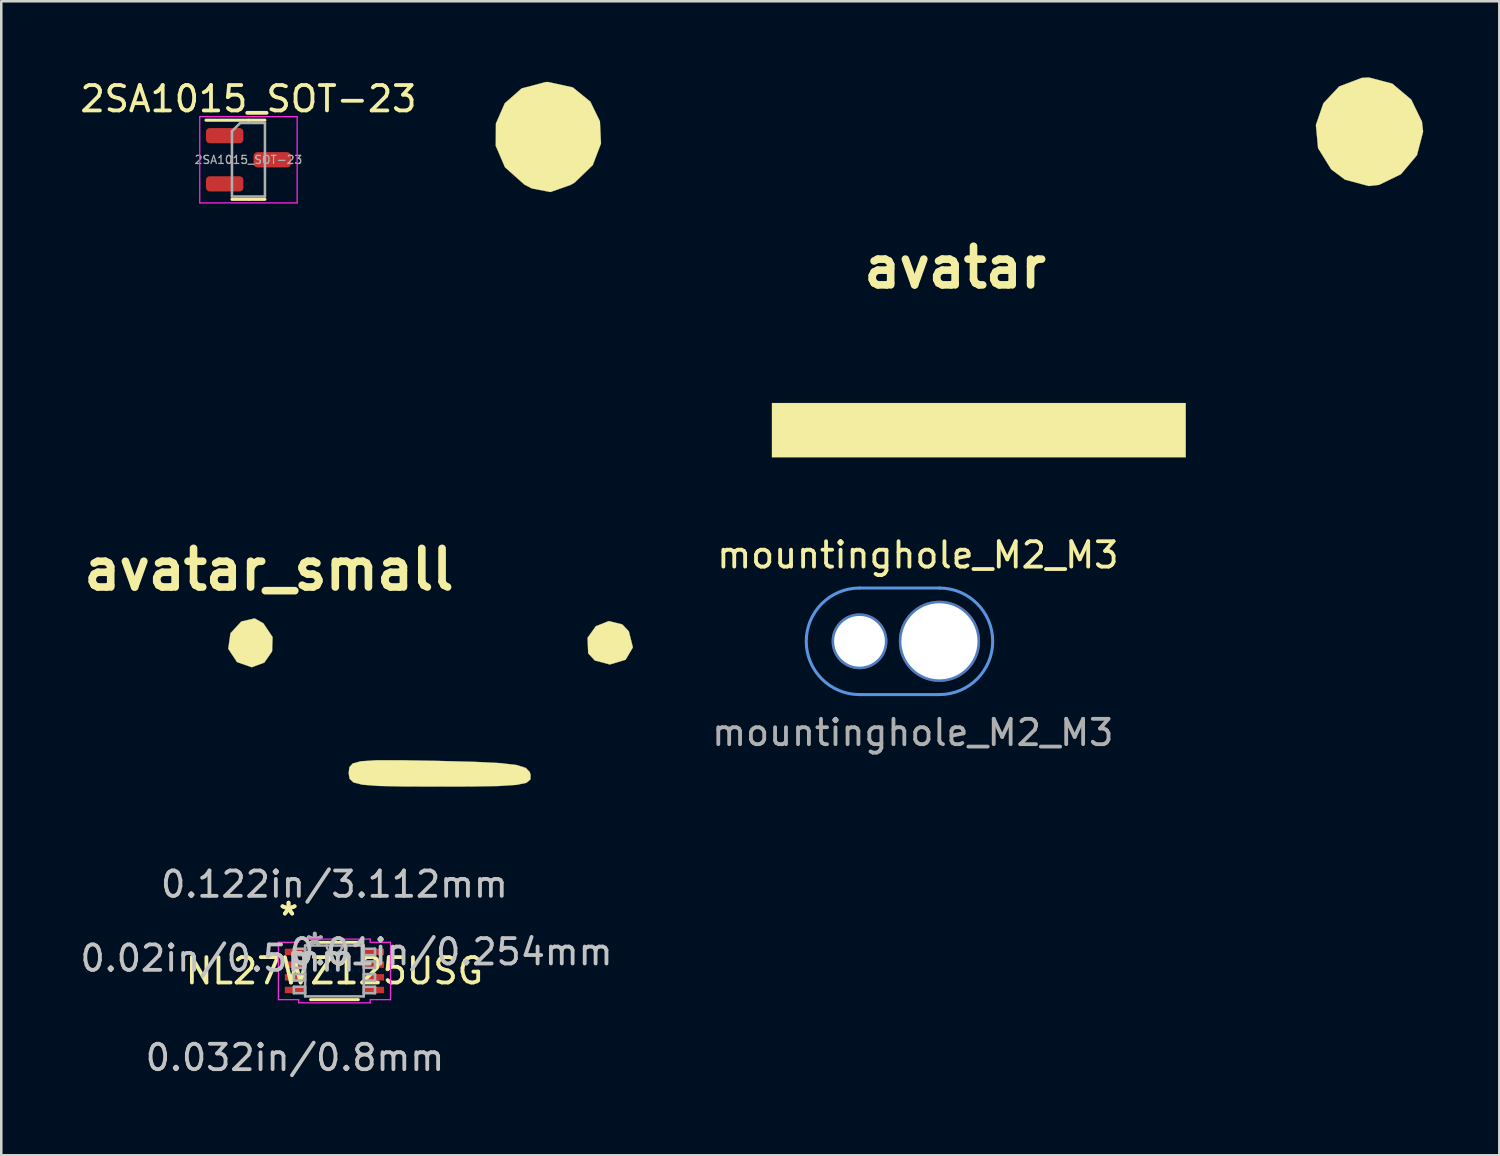
<source format=kicad_pcb>
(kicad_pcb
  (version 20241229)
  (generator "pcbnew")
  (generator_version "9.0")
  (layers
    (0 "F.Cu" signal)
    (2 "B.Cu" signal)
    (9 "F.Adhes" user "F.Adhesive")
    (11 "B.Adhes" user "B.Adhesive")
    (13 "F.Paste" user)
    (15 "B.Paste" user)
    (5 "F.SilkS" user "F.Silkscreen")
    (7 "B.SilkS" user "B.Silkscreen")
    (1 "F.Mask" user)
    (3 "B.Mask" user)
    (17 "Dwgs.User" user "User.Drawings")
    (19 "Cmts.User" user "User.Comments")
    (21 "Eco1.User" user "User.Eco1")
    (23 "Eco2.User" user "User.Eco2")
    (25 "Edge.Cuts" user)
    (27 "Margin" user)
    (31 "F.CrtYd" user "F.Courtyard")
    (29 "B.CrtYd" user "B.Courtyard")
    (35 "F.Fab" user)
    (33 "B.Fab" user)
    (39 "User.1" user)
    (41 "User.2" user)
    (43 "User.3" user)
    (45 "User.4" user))
  (footprint "NL27WZ125USG"
    (layer "F.Cu")
    (at 10.134 35.226)
    (property "Reference" "NL27WZ125USG" (at 0 0 0) (layer "F.SilkS") (effects (font (size 1 1) (thickness 0.15))))
    (attr through_hole)
    (fp_line (start -0.94 1.13) (end 0.94 1.13) (stroke (width 0.12) (type solid)) (layer "F.SilkS"))
    (fp_line (start 0.94 -1.13) (end -0.94 -1.13) (stroke (width 0.12) (type solid)) (layer "F.SilkS"))
    (fp_line (start -2.21 -1.131) (end -1.41 -1.131) (stroke (width 0.05) (type solid)) (layer "F.CrtYd"))
    (fp_line (start -2.21 1.131) (end -2.21 -1.131) (stroke (width 0.05) (type solid)) (layer "F.CrtYd"))
    (fp_line (start -1.41 -1.257) (end 1.41 -1.257) (stroke (width 0.05) (type solid)) (layer "F.CrtYd"))
    (fp_line (start -1.41 -1.131) (end -1.41 -1.257) (stroke (width 0.05) (type solid)) (layer "F.CrtYd"))
    (fp_line (start -1.41 1.131) (end -2.21 1.131) (stroke (width 0.05) (type solid)) (layer "F.CrtYd"))
    (fp_line (start -1.41 1.257) (end -1.41 1.131) (stroke (width 0.05) (type solid)) (layer "F.CrtYd"))
    (fp_line (start 1.41 -1.257) (end 1.41 -1.131) (stroke (width 0.05) (type solid)) (layer "F.CrtYd"))
    (fp_line (start 1.41 -1.131) (end 2.21 -1.131) (stroke (width 0.05) (type solid)) (layer "F.CrtYd"))
    (fp_line (start 1.41 1.131) (end 1.41 1.257) (stroke (width 0.05) (type solid)) (layer "F.CrtYd"))
    (fp_line (start 1.41 1.257) (end -1.41 1.257) (stroke (width 0.05) (type solid)) (layer "F.CrtYd"))
    (fp_line (start 2.21 -1.131) (end 2.21 1.131) (stroke (width 0.05) (type solid)) (layer "F.CrtYd"))
    (fp_line (start 2.21 1.131) (end 1.41 1.131) (stroke (width 0.05) (type solid)) (layer "F.CrtYd"))
    (fp_line (start -1.6 -0.877) (end -1.6 -0.623) (stroke (width 0.1) (type solid)) (layer "F.Fab"))
    (fp_line (start -1.6 -0.623) (end -1.156 -0.623) (stroke (width 0.1) (type solid)) (layer "F.Fab"))
    (fp_line (start -1.6 -0.377) (end -1.6 -0.123) (stroke (width 0.1) (type solid)) (layer "F.Fab"))
    (fp_line (start -1.6 -0.123) (end -1.156 -0.123) (stroke (width 0.1) (type solid)) (layer "F.Fab"))
    (fp_line (start -1.6 0.123) (end -1.6 0.377) (stroke (width 0.1) (type solid)) (layer "F.Fab"))
    (fp_line (start -1.6 0.377) (end -1.156 0.377) (stroke (width 0.1) (type solid)) (layer "F.Fab"))
    (fp_line (start -1.6 0.623) (end -1.6 0.877) (stroke (width 0.1) (type solid)) (layer "F.Fab"))
    (fp_line (start -1.6 0.877) (end -1.156 0.877) (stroke (width 0.1) (type solid)) (layer "F.Fab"))
    (fp_line (start -1.156 -1.003) (end -1.156 1.003) (stroke (width 0.1) (type solid)) (layer "F.Fab"))
    (fp_line (start -1.156 -0.877) (end -1.6 -0.877) (stroke (width 0.1) (type solid)) (layer "F.Fab"))
    (fp_line (start -1.156 -0.623) (end -1.156 -0.877) (stroke (width 0.1) (type solid)) (layer "F.Fab"))
    (fp_line (start -1.156 -0.377) (end -1.6 -0.377) (stroke (width 0.1) (type solid)) (layer "F.Fab"))
    (fp_line (start -1.156 -0.123) (end -1.156 -0.377) (stroke (width 0.1) (type solid)) (layer "F.Fab"))
    (fp_line (start -1.156 0.123) (end -1.6 0.123) (stroke (width 0.1) (type solid)) (layer "F.Fab"))
    (fp_line (start -1.156 0.377) (end -1.156 0.123) (stroke (width 0.1) (type solid)) (layer "F.Fab"))
    (fp_line (start -1.156 0.623) (end -1.6 0.623) (stroke (width 0.1) (type solid)) (layer "F.Fab"))
    (fp_line (start -1.156 0.877) (end -1.156 0.623) (stroke (width 0.1) (type solid)) (layer "F.Fab"))
    (fp_line (start -1.156 1.003) (end 1.156 1.003) (stroke (width 0.1) (type solid)) (layer "F.Fab"))
    (fp_line (start 1.156 -1.003) (end -1.156 -1.003) (stroke (width 0.1) (type solid)) (layer "F.Fab"))
    (fp_line (start 1.156 -0.877) (end 1.156 -0.623) (stroke (width 0.1) (type solid)) (layer "F.Fab"))
    (fp_line (start 1.156 -0.623) (end 1.6 -0.623) (stroke (width 0.1) (type solid)) (layer "F.Fab"))
    (fp_line (start 1.156 -0.377) (end 1.156 -0.123) (stroke (width 0.1) (type solid)) (layer "F.Fab"))
    (fp_line (start 1.156 -0.123) (end 1.6 -0.123) (stroke (width 0.1) (type solid)) (layer "F.Fab"))
    (fp_line (start 1.156 0.123) (end 1.156 0.377) (stroke (width 0.1) (type solid)) (layer "F.Fab"))
    (fp_line (start 1.156 0.377) (end 1.6 0.377) (stroke (width 0.1) (type solid)) (layer "F.Fab"))
    (fp_line (start 1.156 0.623) (end 1.156 0.877) (stroke (width 0.1) (type solid)) (layer "F.Fab"))
    (fp_line (start 1.156 0.877) (end 1.6 0.877) (stroke (width 0.1) (type solid)) (layer "F.Fab"))
    (fp_line (start 1.156 1.003) (end 1.156 -1.003) (stroke (width 0.1) (type solid)) (layer "F.Fab"))
    (fp_line (start 1.6 -0.877) (end 1.156 -0.877) (stroke (width 0.1) (type solid)) (layer "F.Fab"))
    (fp_line (start 1.6 -0.623) (end 1.6 -0.877) (stroke (width 0.1) (type solid)) (layer "F.Fab"))
    (fp_line (start 1.6 -0.377) (end 1.156 -0.377) (stroke (width 0.1) (type solid)) (layer "F.Fab"))
    (fp_line (start 1.6 -0.123) (end 1.6 -0.377) (stroke (width 0.1) (type solid)) (layer "F.Fab"))
    (fp_line (start 1.6 0.123) (end 1.156 0.123) (stroke (width 0.1) (type solid)) (layer "F.Fab"))
    (fp_line (start 1.6 0.377) (end 1.6 0.123) (stroke (width 0.1) (type solid)) (layer "F.Fab"))
    (fp_line (start 1.6 0.623) (end 1.156 0.623) (stroke (width 0.1) (type solid)) (layer "F.Fab"))
    (fp_line (start 1.6 0.877) (end 1.6 0.623) (stroke (width 0.1) (type solid)) (layer "F.Fab"))
    (fp_arc (start 0.3048 -1.0033) (mid 0 -0.6985) (end -0.3048 -1.0033) (stroke (width 0.1) (type solid)) (layer "F.Fab"))
    (fp_text user "*" (at -1.81 -2.147 0) (layer "F.SilkS") (effects (font (size 1 1) (thickness 0.15))))
    (fp_text user "*" (at -1.81 -2.147 0) (layer "F.SilkS") (effects (font (size 1 1) (thickness 0.15))))
    (fp_text user "0.01in/0.254mm" (at 4.604 -0.75 0) (layer "Dwgs.User") (effects (font (size 1 1) (thickness 0.15))))
    (fp_text user "0.122in/3.112mm" (at 0 -3.416 0) (layer "Dwgs.User") (effects (font (size 1 1) (thickness 0.15))))
    (fp_text user "0.032in/0.8mm" (at -1.556 3.416 0) (layer "Dwgs.User") (effects (font (size 1 1) (thickness 0.15))))
    (fp_text user "0.02in/0.5mm" (at -4.604 -0.5 0) (layer "Dwgs.User") (effects (font (size 1 1) (thickness 0.15))))
    (fp_text user "Copyright 2021 Accelerated Designs. All rights reserved." (at 0 0 0) (layer "Cmts.User") (effects (font (size 0.127 0.127) (thickness 0.002))))
    (fp_text user "*" (at -0.775 -0.927 0) (layer "F.Fab") (effects (font (size 1 1) (thickness 0.15))))
    (fp_text user "*" (at -0.775 -0.927 0) (layer "F.Fab") (effects (font (size 1 1) (thickness 0.15))))
    (pad "1" smd rect (at -1.556 -0.75) (size 0.8 0.254) (layers "F.Cu" "F.Mask" "F.Paste"))
    (pad "2" smd rect (at -1.556 -0.25) (size 0.8 0.254) (layers "F.Cu" "F.Mask" "F.Paste"))
    (pad "3" smd rect (at -1.556 0.25) (size 0.8 0.254) (layers "F.Cu" "F.Mask" "F.Paste"))
    (pad "4" smd rect (at -1.556 0.75) (size 0.8 0.254) (layers "F.Cu" "F.Mask" "F.Paste"))
    (pad "5" smd rect (at 1.556 0.75) (size 0.8 0.254) (layers "F.Cu" "F.Mask" "F.Paste"))
    (pad "6" smd rect (at 1.556 0.25) (size 0.8 0.254) (layers "F.Cu" "F.Mask" "F.Paste"))
    (pad "7" smd rect (at 1.556 -0.25) (size 0.8 0.254) (layers "F.Cu" "F.Mask" "F.Paste"))
    (pad "8" smd rect (at 1.556 -0.75) (size 0.8 0.254) (layers "F.Cu" "F.Mask" "F.Paste")))
  (footprint "avatar"
    (layer "F.Cu")
    (at 34.601 7.491)
    (property "Reference" "avatar" (at 0 0 0) (layer "F.SilkS") (effects (font (size 1.524 1.524) (thickness 0.3))))
    (attr through_hole)
    (fp_poly (pts (xy 9.091 7.486) (xy -7.219 7.486) (xy -7.219 5.347) (xy 9.091 5.347) (xy 9.091 7.486)) (stroke (width 0.01) (type solid)) (fill yes) (layer "F.SilkS"))
    (fp_poly (pts (xy 17.234 -7.244) (xy 17.981 -6.615) (xy 18.403 -5.747) (xy 18.448 -5.347) (xy 18.206 -4.423) (xy 17.577 -3.675) (xy 16.709 -3.253) (xy 16.309 -3.208) (xy 15.371 -3.458) (xy 14.827 -3.865) (xy 14.308 -4.702) (xy 14.223 -5.614) (xy 14.518 -6.469) (xy 15.138 -7.132) (xy 16.028 -7.469) (xy 16.309 -7.486) (xy 17.234 -7.244)) (stroke (width 0.01) (type solid)) (fill yes) (layer "F.SilkS"))
    (fp_poly (pts (xy -15.069 -7.094) (xy -14.38 -6.535) (xy -14.001 -5.756) (xy -13.96 -4.881) (xy -14.283 -4.035) (xy -14.999 -3.342) (xy -15.156 -3.252) (xy -15.952 -2.972) (xy -16.681 -3.111) (xy -16.978 -3.264) (xy -17.743 -3.946) (xy -18.108 -4.79) (xy -18.101 -5.673) (xy -17.752 -6.47) (xy -17.088 -7.055) (xy -16.14 -7.306) (xy -16.042 -7.308) (xy -15.069 -7.094)) (stroke (width 0.01) (type solid)) (fill yes) (layer "F.SilkS")))
  (footprint "2SA1015_SOT-23"
    (layer "F.Cu")
    (at 6.744 3.248)
    (property "Reference" "2SA1015_SOT-23" (at 0 -2.4 0) (layer "F.SilkS") (effects (font (size 1 1) (thickness 0.15))))
    (attr smd)
    (fp_line (start 0 -1.56) (end -1.675 -1.56) (stroke (width 0.12) (type solid)) (layer "F.SilkS"))
    (fp_line (start 0 -1.56) (end 0.65 -1.56) (stroke (width 0.12) (type solid)) (layer "F.SilkS"))
    (fp_line (start 0 1.56) (end -0.65 1.56) (stroke (width 0.12) (type solid)) (layer "F.SilkS"))
    (fp_line (start 0 1.56) (end 0.65 1.56) (stroke (width 0.12) (type solid)) (layer "F.SilkS"))
    (fp_line (start -1.92 -1.7) (end -1.92 1.7) (stroke (width 0.05) (type solid)) (layer "F.CrtYd"))
    (fp_line (start -1.92 1.7) (end 1.92 1.7) (stroke (width 0.05) (type solid)) (layer "F.CrtYd"))
    (fp_line (start 1.92 -1.7) (end -1.92 -1.7) (stroke (width 0.05) (type solid)) (layer "F.CrtYd"))
    (fp_line (start 1.92 1.7) (end 1.92 -1.7) (stroke (width 0.05) (type solid)) (layer "F.CrtYd"))
    (fp_line (start -0.65 -1.125) (end -0.325 -1.45) (stroke (width 0.1) (type solid)) (layer "F.Fab"))
    (fp_line (start -0.65 1.45) (end -0.65 -1.125) (stroke (width 0.1) (type solid)) (layer "F.Fab"))
    (fp_line (start -0.325 -1.45) (end 0.65 -1.45) (stroke (width 0.1) (type solid)) (layer "F.Fab"))
    (fp_line (start 0.65 -1.45) (end 0.65 1.45) (stroke (width 0.1) (type solid)) (layer "F.Fab"))
    (fp_line (start 0.65 1.45) (end -0.65 1.45) (stroke (width 0.1) (type solid)) (layer "F.Fab"))
    (fp_text user "${REFERENCE}" (at 0 0 0) (layer "F.Fab") (effects (font (size 0.32 0.32) (thickness 0.05))))
    (pad "1" smd roundrect (at -0.938 0.95) (size 1.475 0.6) (layers "F.Cu" "F.Mask" "F.Paste") (roundrect_rratio 0.25))
    (pad "2" smd roundrect (at -0.938 -0.95) (size 1.475 0.6) (layers "F.Cu" "F.Mask" "F.Paste") (roundrect_rratio 0.25))
    (pad "3" smd roundrect (at 0.938 0) (size 1.475 0.6) (layers "F.Cu" "F.Mask" "F.Paste") (roundrect_rratio 0.25)))
  (footprint "mountinghole_M2_M3"
    (layer "F.Cu")
    (at 33.933 22.331)
    (property "Reference" "mountinghole_M2_M3" (at -0.8 -3.5 0) (layer "F.SilkS") (effects (font (size 1 1) (thickness 0.15))))
    (attr through_hole)
    (fp_line (start 0.05 -2.2) (end -3.1 -2.2) (stroke (width 0.12) (type solid)) (layer "Cmts.User"))
    (fp_line (start 0.05 2) (end -3.1 2) (stroke (width 0.12) (type solid)) (layer "Cmts.User"))
    (fp_arc (start -3.1 2) (mid -5.2 -0.1) (end -3.1 -2.2) (stroke (width 0.12) (type solid)) (layer "Cmts.User"))
    (fp_arc (start 0.05 -2.2) (mid 2.15 -0.1) (end 0.05 2) (stroke (width 0.12) (type solid)) (layer "Cmts.User"))
    (fp_line (start 0.05 -2.2) (end -3.1 -2.2) (stroke (width 0.05) (type solid)) (layer "F.CrtYd"))
    (fp_line (start 0.05 2) (end -3.1 2) (stroke (width 0.05) (type solid)) (layer "F.CrtYd"))
    (fp_arc (start -3.1 2) (mid -5.2 -0.1) (end -3.1 -2.2) (stroke (width 0.05) (type solid)) (layer "F.CrtYd"))
    (fp_arc (start 0.05 -2.2) (mid 2.15 -0.1) (end 0.05 2) (stroke (width 0.05) (type solid)) (layer "F.CrtYd"))
    (fp_text user "${REFERENCE}" (at -1 3.5 0) (layer "F.Fab") (effects (font (size 1 1) (thickness 0.15))))
    (pad "" np_thru_hole circle (at -3.1 -0.1) (size 2.2 2.2) (drill 2) (layers "*.Cu" "*.Mask"))
    (pad "" np_thru_hole circle (at 0.05 -0.1) (size 3.2 3.2) (drill 3) (layers "*.Cu" "*.Mask")))
  (footprint "avatar_small"
    (layer "F.Cu")
    (at 13.905 24.481)
    (property "Reference" "avatar_small" (at -6.35 -5.08 0) (layer "F.SilkS") (effects (font (size 1.524 1.524) (thickness 0.3))))
    (attr through_hole)
    (fp_poly (pts (xy -6.573 -2.96) (xy -6.21 -2.417) (xy -6.229 -1.855) (xy -6.534 -1.412) (xy -7.032 -1.228) (xy -7.612 -1.432) (xy -7.957 -1.956) (xy -7.87 -2.569) (xy -7.442 -3.031) (xy -6.916 -3.153) (xy -6.573 -2.96)) (stroke (width 0.01) (type solid)) (fill yes) (layer "F.SilkS"))
    (fp_poly (pts (xy 7.575 -2.916) (xy 7.834 -2.643) (xy 7.994 -2.011) (xy 7.707 -1.524) (xy 7.085 -1.337) (xy 6.493 -1.494) (xy 6.232 -1.774) (xy 6.207 -2.388) (xy 6.531 -2.842) (xy 7.042 -3.048) (xy 7.575 -2.916)) (stroke (width 0.01) (type solid)) (fill yes) (layer "F.SilkS"))
    (fp_poly (pts (xy 0.24 2.463) (xy 0.331 2.465) (xy 1.781 2.503) (xy 2.781 2.553) (xy 3.416 2.628) (xy 3.77 2.741) (xy 3.928 2.903) (xy 3.96 3.008) (xy 3.954 3.196) (xy 3.799 3.326) (xy 3.413 3.408) (xy 2.718 3.454) (xy 1.633 3.473) (xy 0.421 3.476) (xy -1.034 3.472) (xy -2.037 3.451) (xy -2.673 3.402) (xy -3.024 3.312) (xy -3.175 3.167) (xy -3.208 2.956) (xy -3.208 2.933) (xy -3.183 2.714) (xy -3.051 2.566) (xy -2.727 2.479) (xy -2.127 2.44) (xy -1.166 2.438) (xy 0.24 2.463)) (stroke (width 0.01) (type solid)) (fill yes) (layer "F.SilkS")))
  (gr_rect
    (start -3 -3)
    (end 56.054 42.491)
    (stroke (width 0.1) (type default))
    (fill no)
    (layer "Edge.Cuts")))
</source>
